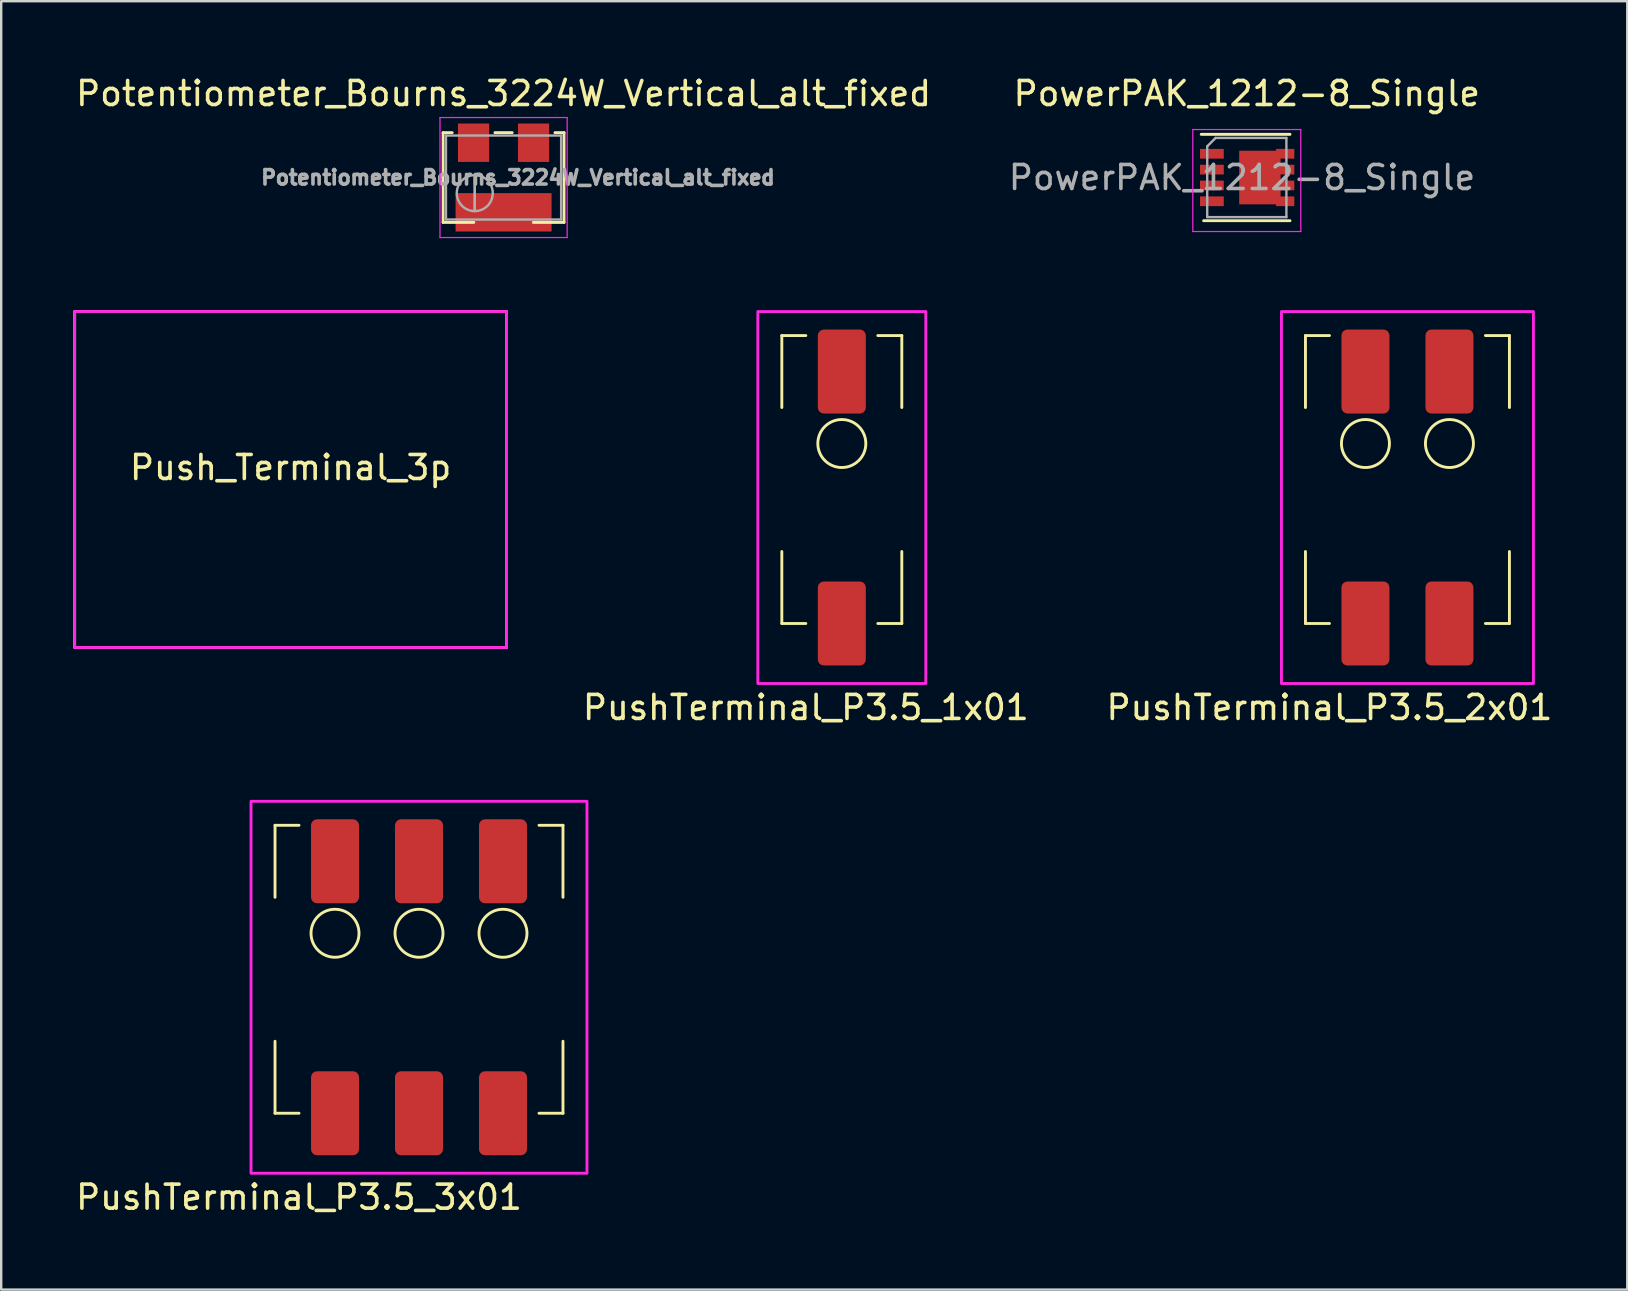
<source format=kicad_pcb>
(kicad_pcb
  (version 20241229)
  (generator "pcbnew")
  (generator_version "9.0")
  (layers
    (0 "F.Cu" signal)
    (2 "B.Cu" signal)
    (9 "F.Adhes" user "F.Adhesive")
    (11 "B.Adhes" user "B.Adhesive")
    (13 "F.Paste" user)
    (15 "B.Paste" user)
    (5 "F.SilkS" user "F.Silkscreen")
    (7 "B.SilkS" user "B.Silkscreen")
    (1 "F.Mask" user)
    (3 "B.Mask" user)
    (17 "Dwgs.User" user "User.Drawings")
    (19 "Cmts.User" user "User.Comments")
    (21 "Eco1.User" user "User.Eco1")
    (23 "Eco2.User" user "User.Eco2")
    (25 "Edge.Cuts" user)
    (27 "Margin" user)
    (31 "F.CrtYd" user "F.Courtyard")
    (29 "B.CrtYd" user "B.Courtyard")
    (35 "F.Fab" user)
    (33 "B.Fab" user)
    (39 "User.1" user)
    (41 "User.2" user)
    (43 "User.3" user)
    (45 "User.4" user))
  (footprint "PushTerminal_P3.5_3x01"
    (layer "F.Cu")
    (at 14.411 37.342)
    (property "Reference" "PushTerminal_P3.5_3x01" (at -5 9.5 0) (unlocked yes) (layer "F.SilkS") (effects (font (size 1 1) (thickness 0.15))))
    (attr smd)
    (fp_line (start -6 -6) (end -6 -3) (stroke (width 0.12) (type solid)) (layer "F.SilkS"))
    (fp_line (start -6 3) (end -6 6) (stroke (width 0.12) (type solid)) (layer "F.SilkS"))
    (fp_line (start -6 6) (end -5 6) (stroke (width 0.12) (type solid)) (layer "F.SilkS"))
    (fp_line (start -5 -6) (end -6 -6) (stroke (width 0.12) (type solid)) (layer "F.SilkS"))
    (fp_line (start 5 6) (end 6 6) (stroke (width 0.12) (type solid)) (layer "F.SilkS"))
    (fp_line (start 6 -6) (end 5 -6) (stroke (width 0.12) (type solid)) (layer "F.SilkS"))
    (fp_line (start 6 -3) (end 6 -6) (stroke (width 0.12) (type solid)) (layer "F.SilkS"))
    (fp_line (start 6 3) (end 6 6) (stroke (width 0.12) (type solid)) (layer "F.SilkS"))
    (fp_circle (center -3.5 -1.5) (end -2.5 -1.5) (stroke (width 0.12) (type solid)) (fill no) (layer "F.SilkS"))
    (fp_circle (center 0 -1.5) (end 1 -1.5) (stroke (width 0.12) (type solid)) (fill no) (layer "F.SilkS"))
    (fp_circle (center 3.5 -1.5) (end 4.5 -1.5) (stroke (width 0.12) (type solid)) (fill no) (layer "F.SilkS"))
    (fp_rect (start 7 -7) (end -7 8.5) (stroke (width 0.12) (type solid)) (fill no) (layer "F.CrtYd"))
    (pad "1" smd roundrect (at -3.5 -4.5) (size 2 3.5) (layers "F.Cu" "F.Mask" "F.Paste") (roundrect_rratio 0.125))
    (pad "1" smd roundrect (at -3.5 6) (size 2 3.5) (layers "F.Cu" "F.Mask" "F.Paste") (roundrect_rratio 0.125))
    (pad "2" smd roundrect (at 0 -4.5) (size 2 3.5) (layers "F.Cu" "F.Mask" "F.Paste") (roundrect_rratio 0.125))
    (pad "2" smd roundrect (at 0 6) (size 2 3.5) (layers "F.Cu" "F.Mask" "F.Paste") (roundrect_rratio 0.125))
    (pad "3" smd roundrect (at 3.5 -4.5) (size 2 3.5) (layers "F.Cu" "F.Mask" "F.Paste") (roundrect_rratio 0.125))
    (pad "3" smd roundrect (at 3.5 6) (size 2 3.5) (layers "F.Cu" "F.Mask" "F.Paste") (roundrect_rratio 0.125)))
  (footprint "Potentiometer_Bourns_3224W_Vertical_alt_fixed"
    (layer "F.Cu")
    (at 17.935 4.348)
    (property "Reference" "Potentiometer_Bourns_3224W_Vertical_alt_fixed" (at 0 -3.5 0) (layer "F.SilkS") (effects (font (size 1 1) (thickness 0.15))))
    (attr smd)
    (fp_line (start -2.52 -1.87) (end -2.52 1.87) (stroke (width 0.12) (type solid)) (layer "F.SilkS"))
    (fp_line (start -2.52 -1.87) (end -2.14 -1.87) (stroke (width 0.12) (type solid)) (layer "F.SilkS"))
    (fp_line (start -2.52 1.87) (end -1.24 1.87) (stroke (width 0.12) (type solid)) (layer "F.SilkS"))
    (fp_line (start -0.36 -1.87) (end 0.36 -1.87) (stroke (width 0.12) (type solid)) (layer "F.SilkS"))
    (fp_line (start 1.24 1.87) (end 2.52 1.87) (stroke (width 0.12) (type solid)) (layer "F.SilkS"))
    (fp_line (start 2.14 -1.87) (end 2.52 -1.87) (stroke (width 0.12) (type solid)) (layer "F.SilkS"))
    (fp_line (start 2.52 -1.87) (end 2.52 1.87) (stroke (width 0.12) (type solid)) (layer "F.SilkS"))
    (fp_line (start -2.65 -2.5) (end -2.65 2.5) (stroke (width 0.05) (type solid)) (layer "F.CrtYd"))
    (fp_line (start -2.65 2.5) (end 2.65 2.5) (stroke (width 0.05) (type solid)) (layer "F.CrtYd"))
    (fp_line (start 2.65 -2.5) (end -2.65 -2.5) (stroke (width 0.05) (type solid)) (layer "F.CrtYd"))
    (fp_line (start 2.65 2.5) (end 2.65 -2.5) (stroke (width 0.05) (type solid)) (layer "F.CrtYd"))
    (fp_line (start -2.4 -1.75) (end -2.4 1.75) (stroke (width 0.1) (type solid)) (layer "F.Fab"))
    (fp_line (start -2.4 1.75) (end 2.4 1.75) (stroke (width 0.1) (type solid)) (layer "F.Fab"))
    (fp_line (start -1.2 1.393) (end -1.199 -0.092) (stroke (width 0.1) (type solid)) (layer "F.Fab"))
    (fp_line (start -1.2 1.393) (end -1.199 -0.092) (stroke (width 0.1) (type solid)) (layer "F.Fab"))
    (fp_line (start 2.4 -1.75) (end -2.4 -1.75) (stroke (width 0.1) (type solid)) (layer "F.Fab"))
    (fp_line (start 2.4 1.75) (end 2.4 -1.75) (stroke (width 0.1) (type solid)) (layer "F.Fab"))
    (fp_circle (center -1.2 0.65) (end -0.45 0.65) (stroke (width 0.1) (type solid)) (fill no) (layer "F.Fab"))
    (fp_text user "${REFERENCE}" (at 0.6 0 0) (layer "F.Fab") (effects (font (size 0.6 0.6) (thickness 0.15))))
    (pad "1" smd rect (at 1.25 -1.45) (size 1.3 1.6) (layers "F.Cu" "F.Mask" "F.Paste"))
    (pad "2" smd rect (at 0 1.45) (size 4 1.6) (layers "F.Cu" "F.Mask" "F.Paste"))
    (pad "3" smd rect (at -1.25 -1.45) (size 1.3 1.6) (layers "F.Cu" "F.Mask" "F.Paste")))
  (footprint "PushTerminal_P3.5_2x01"
    (layer "F.Cu")
    (at 55.602 16.933)
    (property "Reference" "PushTerminal_P3.5_2x01" (at -3.25 9.5 0) (unlocked yes) (layer "F.SilkS") (effects (font (size 1 1) (thickness 0.15))))
    (attr smd)
    (fp_line (start -4.25 -6) (end -4.25 -3) (stroke (width 0.12) (type solid)) (layer "F.SilkS"))
    (fp_line (start -4.25 3) (end -4.25 6) (stroke (width 0.12) (type solid)) (layer "F.SilkS"))
    (fp_line (start -4.25 6) (end -3.25 6) (stroke (width 0.12) (type solid)) (layer "F.SilkS"))
    (fp_line (start -3.25 -6) (end -4.25 -6) (stroke (width 0.12) (type solid)) (layer "F.SilkS"))
    (fp_line (start 3.25 6) (end 4.25 6) (stroke (width 0.12) (type solid)) (layer "F.SilkS"))
    (fp_line (start 4.25 -6) (end 3.25 -6) (stroke (width 0.12) (type solid)) (layer "F.SilkS"))
    (fp_line (start 4.25 -3) (end 4.25 -6) (stroke (width 0.12) (type solid)) (layer "F.SilkS"))
    (fp_line (start 4.25 3) (end 4.25 6) (stroke (width 0.12) (type solid)) (layer "F.SilkS"))
    (fp_circle (center -1.75 -1.5) (end -0.75 -1.5) (stroke (width 0.12) (type solid)) (fill no) (layer "F.SilkS"))
    (fp_circle (center 1.75 -1.5) (end 2.75 -1.5) (stroke (width 0.12) (type solid)) (fill no) (layer "F.SilkS"))
    (fp_rect (start 5.25 -7) (end -5.25 8.5) (stroke (width 0.12) (type solid)) (fill no) (layer "F.CrtYd"))
    (pad "1" smd roundrect (at -1.75 -4.5) (size 2 3.5) (layers "F.Cu" "F.Mask" "F.Paste") (roundrect_rratio 0.125))
    (pad "1" smd roundrect (at -1.75 6) (size 2 3.5) (layers "F.Cu" "F.Mask" "F.Paste") (roundrect_rratio 0.125))
    (pad "2" smd roundrect (at 1.75 -4.5) (size 2 3.5) (layers "F.Cu" "F.Mask" "F.Paste") (roundrect_rratio 0.125))
    (pad "2" smd roundrect (at 1.75 6) (size 2 3.5) (layers "F.Cu" "F.Mask" "F.Paste") (roundrect_rratio 0.125)))
  (footprint "PowerPAK_1212-8_Single"
    (layer "F.Cu")
    (at 48.908 4.348)
    (property "Reference" "PowerPAK_1212-8_Single" (at 0 -3.5 0) (layer "F.SilkS") (effects (font (size 1 1) (thickness 0.15))))
    (attr smd)
    (fp_line (start -1.9 -1.8) (end 1.8 -1.8) (stroke (width 0.12) (type solid)) (layer "F.SilkS"))
    (fp_line (start -1.8 1.8) (end 1.8 1.8) (stroke (width 0.12) (type solid)) (layer "F.SilkS"))
    (fp_line (start -2.25 -2) (end -2.25 2.25) (stroke (width 0.05) (type solid)) (layer "F.CrtYd"))
    (fp_line (start -2.25 -2) (end 2.25 -2) (stroke (width 0.05) (type solid)) (layer "F.CrtYd"))
    (fp_line (start -2.25 2.25) (end 2.25 2.25) (stroke (width 0.05) (type solid)) (layer "F.CrtYd"))
    (fp_line (start 2.25 -2) (end 2.25 2.25) (stroke (width 0.05) (type solid)) (layer "F.CrtYd"))
    (fp_line (start -1.65 1.65) (end -1.65 -1.3) (stroke (width 0.1) (type solid)) (layer "F.Fab"))
    (fp_line (start -1.3 -1.65) (end -1.65 -1.3) (stroke (width 0.1) (type solid)) (layer "F.Fab"))
    (fp_line (start -1.3 -1.65) (end 1.65 -1.65) (stroke (width 0.1) (type solid)) (layer "F.Fab"))
    (fp_line (start 1.65 -1.65) (end 1.65 1.65) (stroke (width 0.1) (type solid)) (layer "F.Fab"))
    (fp_line (start 1.65 1.65) (end -1.65 1.65) (stroke (width 0.1) (type solid)) (layer "F.Fab"))
    (fp_text user "${REFERENCE}" (at -0.2 0 0) (layer "F.Fab") (effects (font (size 1 1) (thickness 0.15))))
    (pad "1" smd rect (at -1.455 -0.99 180) (size 0.99 0.405) (layers "F.Cu" "F.Mask" "F.Paste"))
    (pad "1" smd rect (at -1.455 -0.33) (size 0.99 0.405) (layers "F.Cu" "F.Mask" "F.Paste"))
    (pad "1" smd rect (at -1.455 0.33) (size 0.99 0.404) (layers "F.Cu" "F.Mask" "F.Paste"))
    (pad "4" smd rect (at -1.455 0.99) (size 0.99 0.405) (layers "F.Cu" "F.Mask" "F.Paste"))
    (pad "5" smd rect (at 0.545 0) (size 1.725 2.235) (layers "F.Cu" "F.Mask" "F.Paste"))
    (pad "5" smd rect (at 1.6 -0.99) (size 0.76 0.405) (layers "F.Cu" "F.Mask" "F.Paste"))
    (pad "5" smd rect (at 1.6 -0.33) (size 0.76 0.405) (layers "F.Cu" "F.Mask" "F.Paste"))
    (pad "5" smd rect (at 1.6 0.33) (size 0.76 0.405) (layers "F.Cu" "F.Mask" "F.Paste"))
    (pad "5" smd rect (at 1.6 0.99) (size 0.76 0.405) (layers "F.Cu" "F.Mask" "F.Paste")))
  (footprint "Push_Terminal_3p"
    (layer "F.Cu")
    (at 9.06 16.933)
    (property "Reference" "Push_Terminal_3p" (at 0 -0.5 0) (unlocked yes) (layer "F.SilkS") (effects (font (size 1 1) (thickness 0.15))))
    (attr through_hole)
    (fp_rect (start -9 -7) (end 9 7) (stroke (width 0.12) (type solid)) (fill no) (layer "F.SilkS"))
    (fp_rect (start -9 -7) (end 9 7) (stroke (width 0.12) (type solid)) (fill no) (layer "F.CrtYd")))
  (footprint "PushTerminal_P3.5_1x01"
    (layer "F.Cu")
    (at 32.031 17.933)
    (property "Reference" "PushTerminal_P3.5_1x01" (at -1.5 8.5 0) (unlocked yes) (layer "F.SilkS") (effects (font (size 1 1) (thickness 0.15))))
    (attr smd)
    (fp_line (start -2.5 -7) (end -2.5 -4) (stroke (width 0.12) (type solid)) (layer "F.SilkS"))
    (fp_line (start -2.5 2) (end -2.5 5) (stroke (width 0.12) (type solid)) (layer "F.SilkS"))
    (fp_line (start -2.5 5) (end -1.5 5) (stroke (width 0.12) (type solid)) (layer "F.SilkS"))
    (fp_line (start -1.5 -7) (end -2.5 -7) (stroke (width 0.12) (type solid)) (layer "F.SilkS"))
    (fp_line (start 1.5 5) (end 2.5 5) (stroke (width 0.12) (type solid)) (layer "F.SilkS"))
    (fp_line (start 2.5 -7) (end 1.5 -7) (stroke (width 0.12) (type solid)) (layer "F.SilkS"))
    (fp_line (start 2.5 -4) (end 2.5 -7) (stroke (width 0.12) (type solid)) (layer "F.SilkS"))
    (fp_line (start 2.5 2) (end 2.5 5) (stroke (width 0.12) (type solid)) (layer "F.SilkS"))
    (fp_circle (center 0 -2.5) (end 1 -2.5) (stroke (width 0.12) (type solid)) (fill no) (layer "F.SilkS"))
    (fp_rect (start 3.5 -8) (end -3.5 7.5) (stroke (width 0.12) (type solid)) (fill no) (layer "F.CrtYd"))
    (pad "1" smd roundrect (at 0 -5.5) (size 2 3.5) (layers "F.Cu" "F.Mask" "F.Paste") (roundrect_rratio 0.125))
    (pad "1" smd roundrect (at 0 5) (size 2 3.5) (layers "F.Cu" "F.Mask" "F.Paste") (roundrect_rratio 0.125)))
  (gr_rect
    (start -3 -3)
    (end 64.763 50.69)
    (stroke (width 0.1) (type default))
    (fill no)
    (layer "Edge.Cuts")))
</source>
